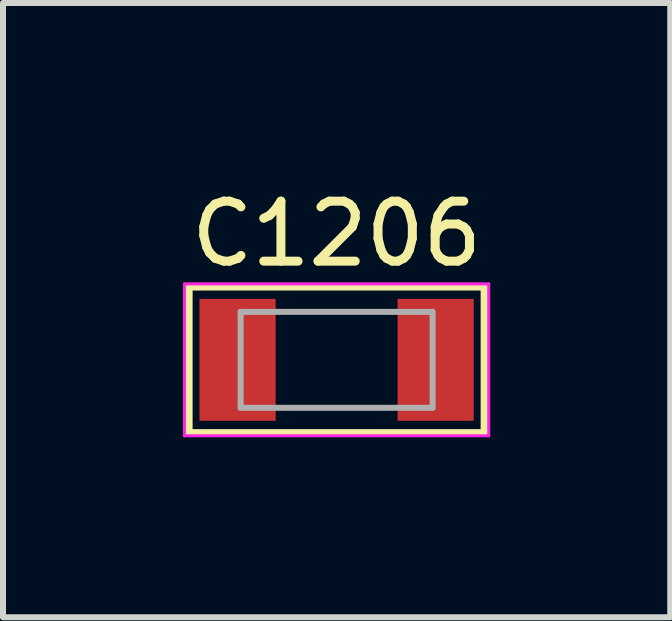
<source format=kicad_pcb>
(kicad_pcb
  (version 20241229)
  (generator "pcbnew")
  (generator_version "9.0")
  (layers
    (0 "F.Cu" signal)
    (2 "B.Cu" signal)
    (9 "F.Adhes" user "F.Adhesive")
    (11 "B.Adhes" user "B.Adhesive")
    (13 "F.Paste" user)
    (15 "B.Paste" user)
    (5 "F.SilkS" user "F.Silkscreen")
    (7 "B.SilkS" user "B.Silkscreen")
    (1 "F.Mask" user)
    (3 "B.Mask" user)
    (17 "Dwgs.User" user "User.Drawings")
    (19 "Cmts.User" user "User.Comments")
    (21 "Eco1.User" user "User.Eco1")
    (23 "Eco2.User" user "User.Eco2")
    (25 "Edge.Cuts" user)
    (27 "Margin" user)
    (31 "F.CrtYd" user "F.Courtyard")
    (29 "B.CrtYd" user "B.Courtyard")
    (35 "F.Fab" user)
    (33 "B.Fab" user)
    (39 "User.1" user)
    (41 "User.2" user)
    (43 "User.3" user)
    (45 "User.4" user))
  (footprint "C1206"
    (layer "F.Cu")
    (at 2.561 2.948)
    (property "Reference" "C1206" (at 0 -2.1 0) (layer "F.SilkS") (effects (font (size 1 1) (thickness 0.15))))
    (attr smd)
    (fp_line (start -2.464 -1.219) (end 2.464 -1.219) (stroke (width 0.127) (type solid)) (layer "F.SilkS"))
    (fp_line (start -2.464 1.219) (end -2.464 -1.219) (stroke (width 0.127) (type solid)) (layer "F.SilkS"))
    (fp_line (start 2.464 -1.219) (end 2.464 1.219) (stroke (width 0.127) (type solid)) (layer "F.SilkS"))
    (fp_line (start 2.464 1.219) (end -2.464 1.219) (stroke (width 0.127) (type solid)) (layer "F.SilkS"))
    (fp_line (start -2.536 -1.266) (end 2.536 -1.266) (stroke (width 0.05) (type solid)) (layer "F.CrtYd"))
    (fp_line (start -2.536 1.266) (end -2.536 -1.266) (stroke (width 0.05) (type solid)) (layer "F.CrtYd"))
    (fp_line (start 2.536 -1.266) (end 2.536 1.266) (stroke (width 0.05) (type solid)) (layer "F.CrtYd"))
    (fp_line (start 2.536 1.266) (end -2.536 1.266) (stroke (width 0.05) (type solid)) (layer "F.CrtYd"))
    (fp_line (start -1.6 -0.8) (end 1.6 -0.8) (stroke (width 0.1) (type solid)) (layer "F.Fab"))
    (fp_line (start -1.6 0.8) (end -1.6 -0.8) (stroke (width 0.1) (type solid)) (layer "F.Fab"))
    (fp_line (start 1.6 -0.8) (end 1.6 0.8) (stroke (width 0.1) (type solid)) (layer "F.Fab"))
    (fp_line (start 1.6 0.8) (end -1.6 0.8) (stroke (width 0.1) (type solid)) (layer "F.Fab"))
    (pad "1" smd rect (at -1.651 0) (size 1.27 2.032) (layers "F.Cu" "F.Mask" "F.Paste"))
    (pad "2" smd rect (at 1.651 0) (size 1.27 2.032) (layers "F.Cu" "F.Mask" "F.Paste")))
  (gr_rect
    (start -3 -3)
    (end 8.122 7.239)
    (stroke (width 0.1) (type default))
    (fill no)
    (layer "Edge.Cuts")))
</source>
